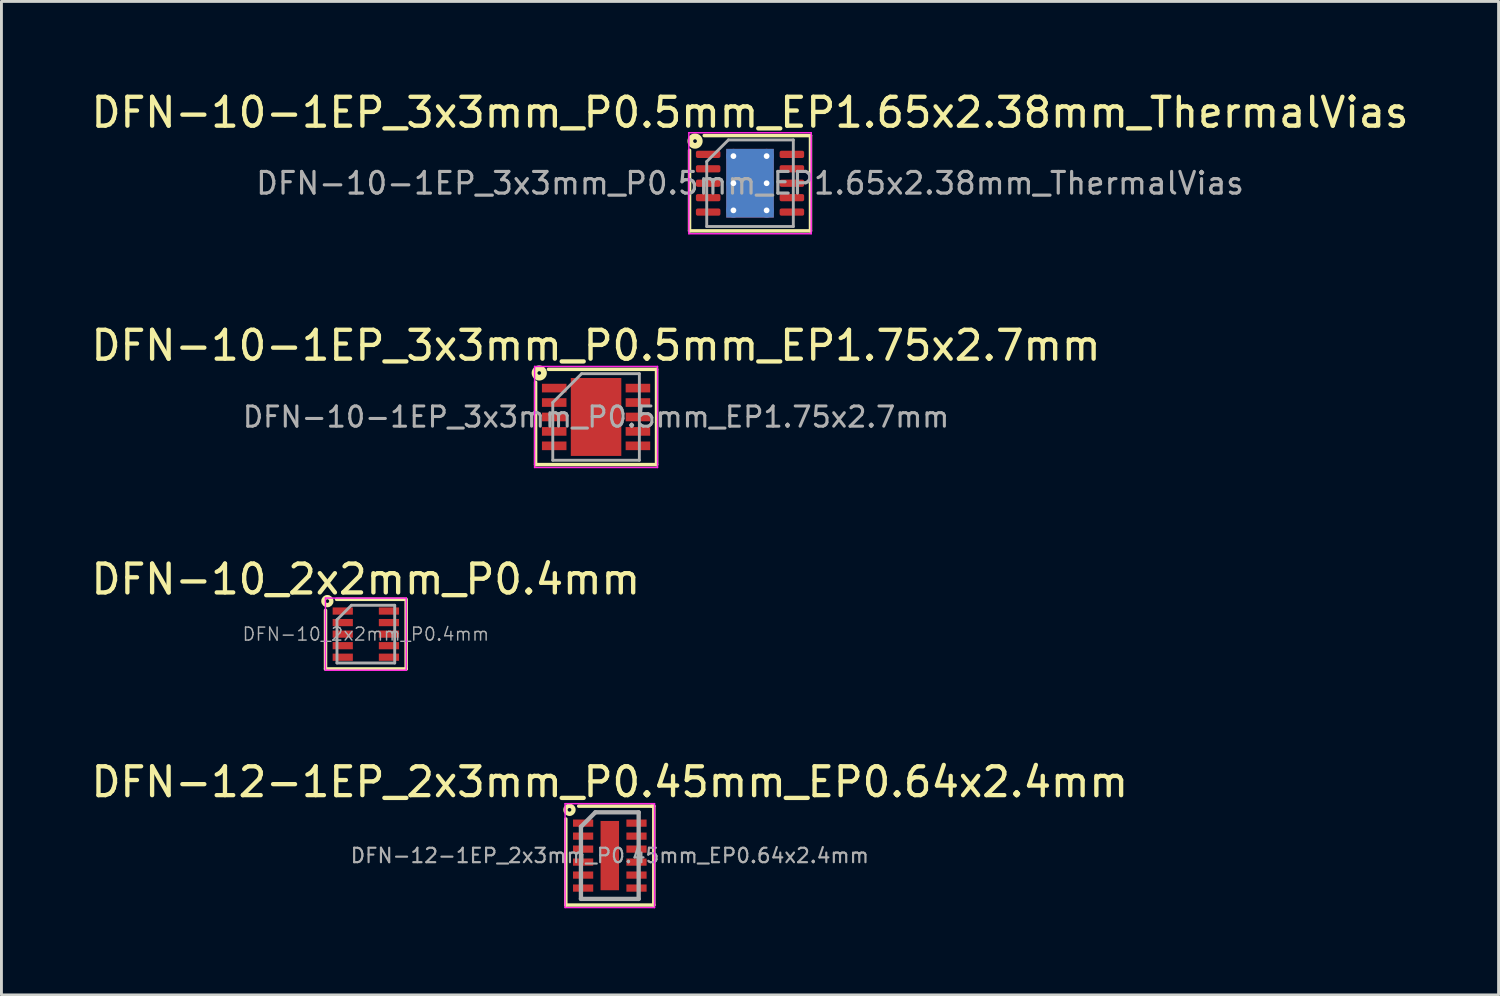
<source format=kicad_pcb>
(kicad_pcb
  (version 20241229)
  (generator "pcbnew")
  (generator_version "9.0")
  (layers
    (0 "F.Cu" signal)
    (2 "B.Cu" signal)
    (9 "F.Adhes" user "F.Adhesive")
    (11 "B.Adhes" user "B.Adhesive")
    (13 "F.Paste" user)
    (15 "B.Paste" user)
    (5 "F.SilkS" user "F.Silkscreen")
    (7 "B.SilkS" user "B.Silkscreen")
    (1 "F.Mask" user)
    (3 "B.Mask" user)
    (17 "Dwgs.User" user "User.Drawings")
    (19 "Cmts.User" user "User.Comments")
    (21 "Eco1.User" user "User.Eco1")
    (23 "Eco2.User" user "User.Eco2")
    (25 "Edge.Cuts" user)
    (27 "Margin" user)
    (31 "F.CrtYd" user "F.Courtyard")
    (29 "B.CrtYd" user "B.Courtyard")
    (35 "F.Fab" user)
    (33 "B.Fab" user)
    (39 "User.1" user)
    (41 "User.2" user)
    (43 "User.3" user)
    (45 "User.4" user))
  (footprint "DFN-12-1EP_2x3mm_P0.45mm_EP0.64x2.4mm"
    (layer "F.Cu")
    (at 18.077 26.593)
    (property "Reference" "DFN-12-1EP_2x3mm_P0.45mm_EP0.64x2.4mm" (at 0 -2.55 0) (layer "F.SilkS") (effects (font (size 1 1) (thickness 0.15))))
    (attr smd)
    (fp_line (start -1.524 1.714) (end -1.524 -1.27) (stroke (width 0.12) (type solid)) (layer "F.SilkS"))
    (fp_line (start -1.079 -1.714) (end 1.46 -1.714) (stroke (width 0.12) (type solid)) (layer "F.SilkS"))
    (fp_line (start 1.46 -1.714) (end 1.524 -1.714) (stroke (width 0.12) (type solid)) (layer "F.SilkS"))
    (fp_line (start 1.524 -1.714) (end 1.524 1.714) (stroke (width 0.12) (type solid)) (layer "F.SilkS"))
    (fp_line (start 1.524 1.714) (end -1.524 1.714) (stroke (width 0.12) (type solid)) (layer "F.SilkS"))
    (fp_circle (center -1.397 -1.587) (end -1.333 -1.587) (stroke (width 0.15) (type solid)) (fill no) (layer "F.SilkS"))
    (fp_line (start -1.55 -1.8) (end -1.55 1.8) (stroke (width 0.05) (type solid)) (layer "F.CrtYd"))
    (fp_line (start -1.55 -1.8) (end 1.55 -1.8) (stroke (width 0.05) (type solid)) (layer "F.CrtYd"))
    (fp_line (start -1.55 1.8) (end 1.55 1.8) (stroke (width 0.05) (type solid)) (layer "F.CrtYd"))
    (fp_line (start 1.55 -1.8) (end 1.55 1.8) (stroke (width 0.05) (type solid)) (layer "F.CrtYd"))
    (fp_line (start -1 -1) (end -0.5 -1.5) (stroke (width 0.15) (type solid)) (layer "F.Fab"))
    (fp_line (start -1 1.5) (end -1 -1) (stroke (width 0.15) (type solid)) (layer "F.Fab"))
    (fp_line (start -0.5 -1.5) (end 1 -1.5) (stroke (width 0.15) (type solid)) (layer "F.Fab"))
    (fp_line (start 1 -1.5) (end 1 1.5) (stroke (width 0.15) (type solid)) (layer "F.Fab"))
    (fp_line (start 1 1.5) (end -1 1.5) (stroke (width 0.15) (type solid)) (layer "F.Fab"))
    (fp_text user "${REFERENCE}" (at 0 0 0) (layer "F.Fab") (effects (font (size 0.5 0.5) (thickness 0.075))))
    (pad "" smd rect (at 0 -0.6) (size 0.5 1) (layers "F.Paste"))
    (pad "" smd rect (at 0 0.6) (size 0.5 1) (layers "F.Paste"))
    (pad "1" smd rect (at -0.925 -1.125) (size 0.7 0.25) (layers "F.Cu" "F.Mask" "F.Paste"))
    (pad "2" smd rect (at -0.925 -0.675) (size 0.7 0.25) (layers "F.Cu" "F.Mask" "F.Paste"))
    (pad "3" smd rect (at -0.925 -0.225) (size 0.7 0.25) (layers "F.Cu" "F.Mask" "F.Paste"))
    (pad "4" smd rect (at -0.925 0.225) (size 0.7 0.25) (layers "F.Cu" "F.Mask" "F.Paste"))
    (pad "5" smd rect (at -0.925 0.675) (size 0.7 0.25) (layers "F.Cu" "F.Mask" "F.Paste"))
    (pad "6" smd rect (at -0.925 1.125) (size 0.7 0.25) (layers "F.Cu" "F.Mask" "F.Paste"))
    (pad "7" smd rect (at 0.925 1.125) (size 0.7 0.25) (layers "F.Cu" "F.Mask" "F.Paste"))
    (pad "8" smd rect (at 0.925 0.675) (size 0.7 0.25) (layers "F.Cu" "F.Mask" "F.Paste"))
    (pad "9" smd rect (at 0.925 0.225) (size 0.7 0.25) (layers "F.Cu" "F.Mask" "F.Paste"))
    (pad "10" smd rect (at 0.925 -0.225) (size 0.7 0.25) (layers "F.Cu" "F.Mask" "F.Paste"))
    (pad "11" smd rect (at 0.925 -0.675) (size 0.7 0.25) (layers "F.Cu" "F.Mask" "F.Paste"))
    (pad "12" smd rect (at 0.925 -1.125) (size 0.7 0.25) (layers "F.Cu" "F.Mask" "F.Paste"))
    (pad "13" smd rect (at 0 0) (size 0.64 2.4) (layers "F.Cu" "F.Mask")))
  (footprint "DFN-10_2x2mm_P0.4mm"
    (layer "F.Cu")
    (at 9.625 18.92)
    (property "Reference" "DFN-10_2x2mm_P0.4mm" (at 0 -1.9 0) (layer "F.SilkS") (effects (font (size 1 1) (thickness 0.15))))
    (attr smd)
    (fp_line (start -1.397 1.206) (end -1.397 -0.826) (stroke (width 0.12) (type solid)) (layer "F.SilkS"))
    (fp_line (start -1.016 -1.206) (end 1.333 -1.206) (stroke (width 0.12) (type solid)) (layer "F.SilkS"))
    (fp_line (start 1.397 -1.206) (end 1.397 1.206) (stroke (width 0.12) (type solid)) (layer "F.SilkS"))
    (fp_line (start 1.397 1.206) (end -1.397 1.206) (stroke (width 0.12) (type solid)) (layer "F.SilkS"))
    (fp_circle (center -1.333 -1.143) (end -1.27 -1.143) (stroke (width 0.15) (type solid)) (fill no) (layer "F.SilkS"))
    (fp_line (start -1.4 1.25) (end -1.4 -1.25) (stroke (width 0.05) (type solid)) (layer "F.CrtYd"))
    (fp_line (start -1.4 1.25) (end 1.4 1.25) (stroke (width 0.05) (type solid)) (layer "F.CrtYd"))
    (fp_line (start 1.4 -1.25) (end -1.4 -1.25) (stroke (width 0.05) (type solid)) (layer "F.CrtYd"))
    (fp_line (start 1.4 -1.25) (end 1.4 1.25) (stroke (width 0.05) (type solid)) (layer "F.CrtYd"))
    (fp_line (start -1 -0.5) (end -1 1) (stroke (width 0.1) (type solid)) (layer "F.Fab"))
    (fp_line (start -0.5 -1) (end -1 -0.5) (stroke (width 0.1) (type solid)) (layer "F.Fab"))
    (fp_line (start 1 -1) (end -0.5 -1) (stroke (width 0.1) (type solid)) (layer "F.Fab"))
    (fp_line (start 1 1) (end -1 1) (stroke (width 0.1) (type solid)) (layer "F.Fab"))
    (fp_line (start 1 1) (end 1 -1) (stroke (width 0.1) (type solid)) (layer "F.Fab"))
    (fp_text user "${REFERENCE}" (at 0 0 0) (layer "F.Fab") (effects (font (size 0.45 0.45) (thickness 0.05))))
    (pad "1" smd rect (at -0.8 -0.8) (size 0.7 0.25) (layers "F.Cu" "F.Mask" "F.Paste"))
    (pad "2" smd rect (at -0.8 -0.4) (size 0.7 0.25) (layers "F.Cu" "F.Mask" "F.Paste"))
    (pad "3" smd rect (at -0.8 0) (size 0.7 0.25) (layers "F.Cu" "F.Mask" "F.Paste"))
    (pad "4" smd rect (at -0.8 0.4) (size 0.7 0.25) (layers "F.Cu" "F.Mask" "F.Paste"))
    (pad "5" smd rect (at -0.8 0.8) (size 0.7 0.25) (layers "F.Cu" "F.Mask" "F.Paste"))
    (pad "6" smd rect (at 0.8 0.8) (size 0.7 0.25) (layers "F.Cu" "F.Mask" "F.Paste"))
    (pad "7" smd rect (at 0.8 0.4) (size 0.7 0.25) (layers "F.Cu" "F.Mask" "F.Paste"))
    (pad "8" smd rect (at 0.8 0) (size 0.7 0.25) (layers "F.Cu" "F.Mask" "F.Paste"))
    (pad "9" smd rect (at 0.8 -0.4) (size 0.7 0.25) (layers "F.Cu" "F.Mask" "F.Paste"))
    (pad "10" smd rect (at 0.8 -0.8) (size 0.7 0.25) (layers "F.Cu" "F.Mask" "F.Paste")))
  (footprint "DFN-10-1EP_3x3mm_P0.5mm_EP1.75x2.7mm"
    (layer "F.Cu")
    (at 17.601 11.396)
    (property "Reference" "DFN-10-1EP_3x3mm_P0.5mm_EP1.75x2.7mm" (at 0 -2.475 0) (layer "F.SilkS") (effects (font (size 1 1) (thickness 0.15))))
    (attr smd)
    (fp_line (start -2.095 1.651) (end -2.095 -1.206) (stroke (width 0.12) (type solid)) (layer "F.SilkS"))
    (fp_line (start -1.651 -1.651) (end 2.095 -1.651) (stroke (width 0.12) (type solid)) (layer "F.SilkS"))
    (fp_line (start 2.095 -1.651) (end 2.095 1.651) (stroke (width 0.12) (type solid)) (layer "F.SilkS"))
    (fp_line (start 2.095 1.651) (end -2.095 1.651) (stroke (width 0.12) (type solid)) (layer "F.SilkS"))
    (fp_circle (center -1.968 -1.524) (end -1.905 -1.524) (stroke (width 0.2) (type solid)) (fill no) (layer "F.SilkS"))
    (fp_line (start -2.13 -1.75) (end -2.13 1.75) (stroke (width 0.05) (type solid)) (layer "F.CrtYd"))
    (fp_line (start -2.13 -1.75) (end 2.13 -1.75) (stroke (width 0.05) (type solid)) (layer "F.CrtYd"))
    (fp_line (start -2.13 1.75) (end 2.13 1.75) (stroke (width 0.05) (type solid)) (layer "F.CrtYd"))
    (fp_line (start 2.13 -1.75) (end 2.13 1.75) (stroke (width 0.05) (type solid)) (layer "F.CrtYd"))
    (fp_line (start -1.5 -0.5) (end -0.5 -1.5) (stroke (width 0.1) (type solid)) (layer "F.Fab"))
    (fp_line (start -1.5 1.5) (end -1.5 -0.5) (stroke (width 0.1) (type solid)) (layer "F.Fab"))
    (fp_line (start -0.5 -1.5) (end 1.5 -1.5) (stroke (width 0.1) (type solid)) (layer "F.Fab"))
    (fp_line (start 1.5 -1.5) (end 1.5 1.5) (stroke (width 0.1) (type solid)) (layer "F.Fab"))
    (fp_line (start 1.5 1.5) (end -1.5 1.5) (stroke (width 0.1) (type solid)) (layer "F.Fab"))
    (fp_text user "${REFERENCE}" (at 0 0 0) (layer "F.Fab") (effects (font (size 0.7 0.7) (thickness 0.105))))
    (pad "" smd rect (at -0.388 -0.62) (size 0.6 1.05) (layers "F.Paste"))
    (pad "" smd rect (at -0.388 0.62) (size 0.6 1.05) (layers "F.Paste"))
    (pad "" smd rect (at 0.388 -0.62) (size 0.6 1.05) (layers "F.Paste"))
    (pad "" smd rect (at 0.388 0.62) (size 0.6 1.05) (layers "F.Paste"))
    (pad "1" smd rect (at -1.45 -1) (size 0.85 0.3) (layers "F.Cu" "F.Mask" "F.Paste"))
    (pad "2" smd rect (at -1.45 -0.5) (size 0.85 0.3) (layers "F.Cu" "F.Mask" "F.Paste"))
    (pad "3" smd rect (at -1.45 0) (size 0.85 0.3) (layers "F.Cu" "F.Mask" "F.Paste"))
    (pad "4" smd rect (at -1.45 0.5) (size 0.85 0.3) (layers "F.Cu" "F.Mask" "F.Paste"))
    (pad "5" smd rect (at -1.45 1) (size 0.85 0.3) (layers "F.Cu" "F.Mask" "F.Paste"))
    (pad "6" smd rect (at 1.45 1) (size 0.85 0.3) (layers "F.Cu" "F.Mask" "F.Paste"))
    (pad "7" smd rect (at 1.45 0.5) (size 0.85 0.3) (layers "F.Cu" "F.Mask" "F.Paste"))
    (pad "8" smd rect (at 1.45 0) (size 0.85 0.3) (layers "F.Cu" "F.Mask" "F.Paste"))
    (pad "9" smd rect (at 1.45 -0.5) (size 0.85 0.3) (layers "F.Cu" "F.Mask" "F.Paste"))
    (pad "10" smd rect (at 1.45 -1) (size 0.85 0.3) (layers "F.Cu" "F.Mask" "F.Paste"))
    (pad "11" smd rect (at 0 0) (size 1.75 2.7) (layers "F.Cu" "F.Mask")))
  (footprint "DFN-10-1EP_3x3mm_P0.5mm_EP1.65x2.38mm_ThermalVias"
    (layer "F.Cu")
    (at 22.935 3.298)
    (property "Reference" "DFN-10-1EP_3x3mm_P0.5mm_EP1.65x2.38mm_ThermalVias" (at 0 -2.45 0) (layer "F.SilkS") (effects (font (size 1 1) (thickness 0.15))))
    (attr smd)
    (fp_line (start -2.095 1.651) (end -2.095 -1.143) (stroke (width 0.12) (type solid)) (layer "F.SilkS"))
    (fp_line (start -1.587 -1.651) (end 2.095 -1.651) (stroke (width 0.12) (type solid)) (layer "F.SilkS"))
    (fp_line (start 2.095 -1.651) (end 2.095 1.651) (stroke (width 0.12) (type solid)) (layer "F.SilkS"))
    (fp_line (start 2.095 1.651) (end -2.095 1.651) (stroke (width 0.12) (type solid)) (layer "F.SilkS"))
    (fp_circle (center -1.905 -1.46) (end -1.841 -1.46) (stroke (width 0.2) (type solid)) (fill no) (layer "F.SilkS"))
    (fp_line (start -2.12 -1.75) (end -2.12 1.75) (stroke (width 0.05) (type solid)) (layer "F.CrtYd"))
    (fp_line (start -2.12 1.75) (end 2.12 1.75) (stroke (width 0.05) (type solid)) (layer "F.CrtYd"))
    (fp_line (start 2.12 -1.75) (end -2.12 -1.75) (stroke (width 0.05) (type solid)) (layer "F.CrtYd"))
    (fp_line (start 2.12 1.75) (end 2.12 -1.75) (stroke (width 0.05) (type solid)) (layer "F.CrtYd"))
    (fp_line (start -1.5 -0.75) (end -0.75 -1.5) (stroke (width 0.1) (type solid)) (layer "F.Fab"))
    (fp_line (start -1.5 1.5) (end -1.5 -0.75) (stroke (width 0.1) (type solid)) (layer "F.Fab"))
    (fp_line (start -0.75 -1.5) (end 1.5 -1.5) (stroke (width 0.1) (type solid)) (layer "F.Fab"))
    (fp_line (start 1.5 -1.5) (end 1.5 1.5) (stroke (width 0.1) (type solid)) (layer "F.Fab"))
    (fp_line (start 1.5 1.5) (end -1.5 1.5) (stroke (width 0.1) (type solid)) (layer "F.Fab"))
    (fp_text user "${REFERENCE}" (at 0 0 0) (layer "F.Fab") (effects (font (size 0.75 0.75) (thickness 0.11))))
    (pad "" smd roundrect (at -0.41 -0.595) (size 0.67 0.96) (layers "F.Paste") (roundrect_rratio 0.25))
    (pad "" smd roundrect (at -0.41 0.595) (size 0.67 0.96) (layers "F.Paste") (roundrect_rratio 0.25))
    (pad "" smd roundrect (at 0.41 -0.595) (size 0.67 0.96) (layers "F.Paste") (roundrect_rratio 0.25))
    (pad "" smd roundrect (at 0.41 0.595) (size 0.67 0.96) (layers "F.Paste") (roundrect_rratio 0.25))
    (pad "1" smd roundrect (at -1.45 -1) (size 0.85 0.25) (layers "F.Cu" "F.Mask" "F.Paste") (roundrect_rratio 0.25))
    (pad "2" smd roundrect (at -1.45 -0.5) (size 0.85 0.25) (layers "F.Cu" "F.Mask" "F.Paste") (roundrect_rratio 0.25))
    (pad "3" smd roundrect (at -1.45 0) (size 0.85 0.25) (layers "F.Cu" "F.Mask" "F.Paste") (roundrect_rratio 0.25))
    (pad "4" smd roundrect (at -1.45 0.5) (size 0.85 0.25) (layers "F.Cu" "F.Mask" "F.Paste") (roundrect_rratio 0.25))
    (pad "5" smd roundrect (at -1.45 1) (size 0.85 0.25) (layers "F.Cu" "F.Mask" "F.Paste") (roundrect_rratio 0.25))
    (pad "6" smd roundrect (at 1.45 1) (size 0.85 0.25) (layers "F.Cu" "F.Mask" "F.Paste") (roundrect_rratio 0.25))
    (pad "7" smd roundrect (at 1.45 0.5) (size 0.85 0.25) (layers "F.Cu" "F.Mask" "F.Paste") (roundrect_rratio 0.25))
    (pad "8" smd roundrect (at 1.45 0) (size 0.85 0.25) (layers "F.Cu" "F.Mask" "F.Paste") (roundrect_rratio 0.25))
    (pad "9" smd roundrect (at 1.45 -0.5) (size 0.85 0.25) (layers "F.Cu" "F.Mask" "F.Paste") (roundrect_rratio 0.25))
    (pad "10" smd roundrect (at 1.45 -1) (size 0.85 0.25) (layers "F.Cu" "F.Mask" "F.Paste") (roundrect_rratio 0.25))
    (pad "11" thru_hole circle (at -0.575 -0.94) (size 0.5 0.5) (drill 0.2) (layers "*.Cu"))
    (pad "11" thru_hole circle (at -0.575 0) (size 0.5 0.5) (drill 0.2) (layers "*.Cu"))
    (pad "11" thru_hole circle (at -0.575 0.94) (size 0.5 0.5) (drill 0.2) (layers "*.Cu"))
    (pad "11" smd rect (at 0 0) (size 1.65 2.38) (layers "F.Cu" "F.Mask"))
    (pad "11" smd rect (at 0 0) (size 1.65 2.38) (layers "B.Cu" "B.Mask"))
    (pad "11" thru_hole circle (at 0.575 -0.94) (size 0.5 0.5) (drill 0.2) (layers "*.Cu"))
    (pad "11" thru_hole circle (at 0.575 0) (size 0.5 0.5) (drill 0.2) (layers "*.Cu"))
    (pad "11" thru_hole circle (at 0.575 0.94) (size 0.5 0.5) (drill 0.2) (layers "*.Cu")))
  (gr_rect
    (start -3 -3)
    (end 48.869 31.418)
    (stroke (width 0.1) (type default))
    (fill no)
    (layer "Edge.Cuts")))
</source>
